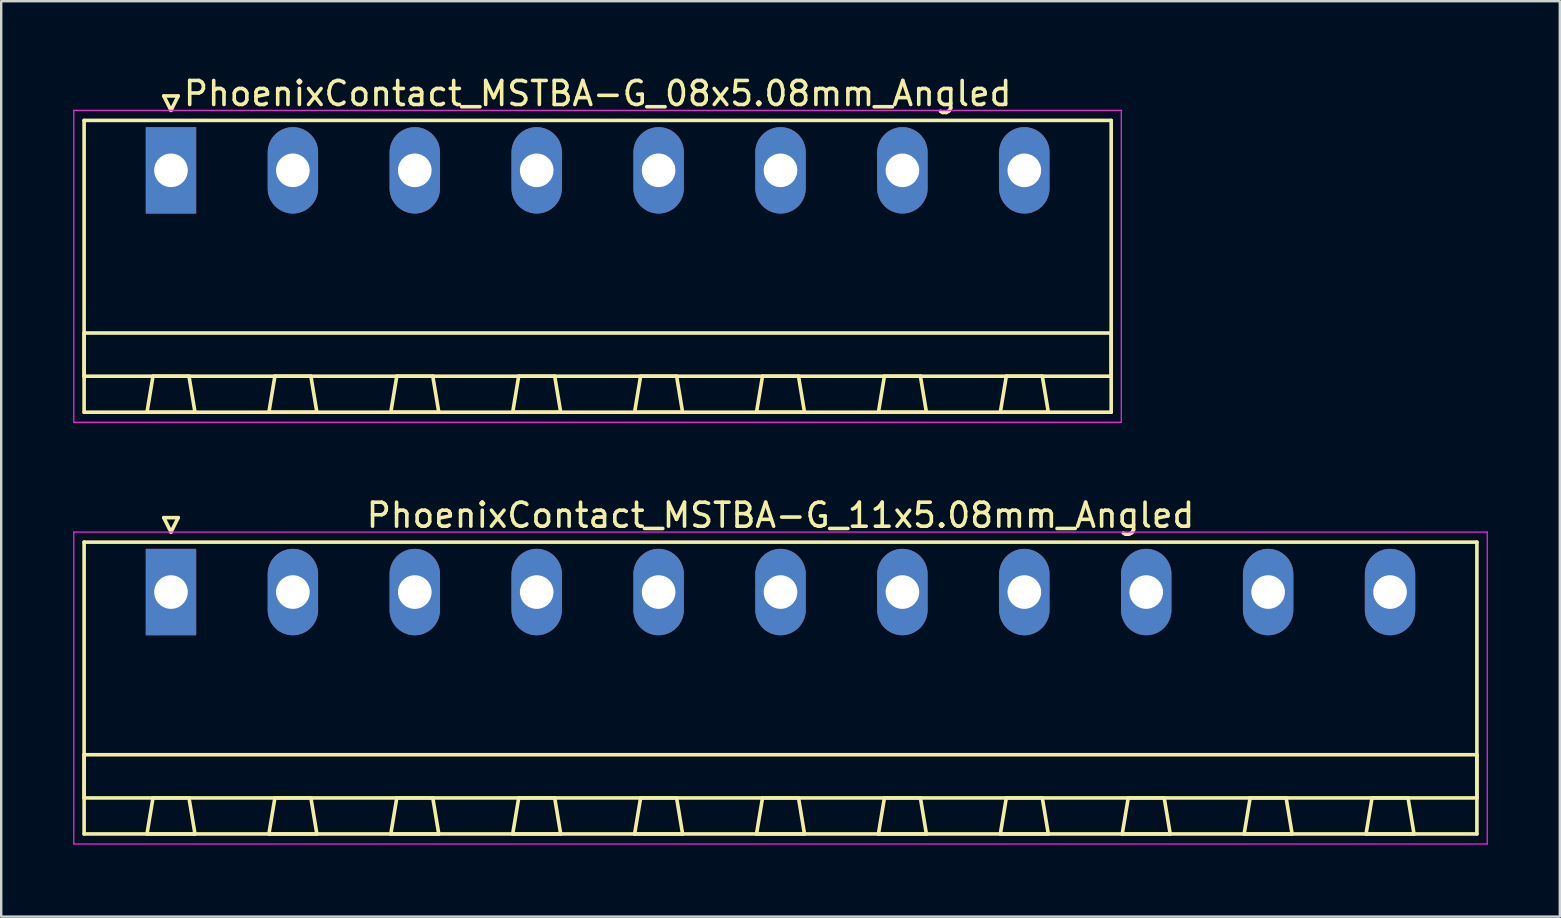
<source format=kicad_pcb>
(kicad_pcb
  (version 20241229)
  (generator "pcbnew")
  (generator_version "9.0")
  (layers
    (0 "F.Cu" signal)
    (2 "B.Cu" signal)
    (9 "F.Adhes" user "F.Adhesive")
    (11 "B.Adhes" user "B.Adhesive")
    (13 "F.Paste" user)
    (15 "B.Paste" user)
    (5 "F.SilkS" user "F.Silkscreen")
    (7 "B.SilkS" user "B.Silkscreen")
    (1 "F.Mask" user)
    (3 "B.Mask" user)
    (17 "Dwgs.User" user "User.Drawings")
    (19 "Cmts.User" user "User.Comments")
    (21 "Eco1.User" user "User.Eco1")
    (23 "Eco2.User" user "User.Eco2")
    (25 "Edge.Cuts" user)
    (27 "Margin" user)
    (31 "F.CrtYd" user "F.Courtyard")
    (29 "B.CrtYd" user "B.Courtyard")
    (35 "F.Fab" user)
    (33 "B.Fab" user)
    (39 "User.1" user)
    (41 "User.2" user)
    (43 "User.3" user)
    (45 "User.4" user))
  (footprint "PhoenixContact_MSTBA-G_08x5.08mm_Angled"
    (layer "F.Cu")
    (at 4.075 4.048)
    (property "Reference" "PhoenixContact_MSTBA-G_08x5.08mm_Angled" (at 17.78 -3.2 0) (layer "F.SilkS") (effects (font (size 1 1) (thickness 0.15))))
    (attr through_hole)
    (fp_line (start -3.62 -2.08) (end -3.62 10.08) (stroke (width 0.15) (type solid)) (layer "F.SilkS"))
    (fp_line (start -3.62 6.78) (end 39.18 6.78) (stroke (width 0.15) (type solid)) (layer "F.SilkS"))
    (fp_line (start -3.62 8.58) (end -3.62 6.78) (stroke (width 0.15) (type solid)) (layer "F.SilkS"))
    (fp_line (start -3.62 10.08) (end 39.18 10.08) (stroke (width 0.15) (type solid)) (layer "F.SilkS"))
    (fp_line (start -1 10.08) (end 1 10.08) (stroke (width 0.15) (type solid)) (layer "F.SilkS"))
    (fp_line (start -0.75 8.58) (end -1 10.08) (stroke (width 0.15) (type solid)) (layer "F.SilkS"))
    (fp_line (start -0.3 -3.1) (end 0 -2.5) (stroke (width 0.15) (type solid)) (layer "F.SilkS"))
    (fp_line (start 0 -2.5) (end 0.3 -3.1) (stroke (width 0.15) (type solid)) (layer "F.SilkS"))
    (fp_line (start 0.3 -3.1) (end -0.3 -3.1) (stroke (width 0.15) (type solid)) (layer "F.SilkS"))
    (fp_line (start 0.75 8.58) (end -0.75 8.58) (stroke (width 0.15) (type solid)) (layer "F.SilkS"))
    (fp_line (start 1 10.08) (end 0.75 8.58) (stroke (width 0.15) (type solid)) (layer "F.SilkS"))
    (fp_line (start 4.08 10.08) (end 6.08 10.08) (stroke (width 0.15) (type solid)) (layer "F.SilkS"))
    (fp_line (start 4.33 8.58) (end 4.08 10.08) (stroke (width 0.15) (type solid)) (layer "F.SilkS"))
    (fp_line (start 5.83 8.58) (end 4.33 8.58) (stroke (width 0.15) (type solid)) (layer "F.SilkS"))
    (fp_line (start 6.08 10.08) (end 5.83 8.58) (stroke (width 0.15) (type solid)) (layer "F.SilkS"))
    (fp_line (start 9.16 10.08) (end 11.16 10.08) (stroke (width 0.15) (type solid)) (layer "F.SilkS"))
    (fp_line (start 9.41 8.58) (end 9.16 10.08) (stroke (width 0.15) (type solid)) (layer "F.SilkS"))
    (fp_line (start 10.91 8.58) (end 9.41 8.58) (stroke (width 0.15) (type solid)) (layer "F.SilkS"))
    (fp_line (start 11.16 10.08) (end 10.91 8.58) (stroke (width 0.15) (type solid)) (layer "F.SilkS"))
    (fp_line (start 14.24 10.08) (end 16.24 10.08) (stroke (width 0.15) (type solid)) (layer "F.SilkS"))
    (fp_line (start 14.49 8.58) (end 14.24 10.08) (stroke (width 0.15) (type solid)) (layer "F.SilkS"))
    (fp_line (start 15.99 8.58) (end 14.49 8.58) (stroke (width 0.15) (type solid)) (layer "F.SilkS"))
    (fp_line (start 16.24 10.08) (end 15.99 8.58) (stroke (width 0.15) (type solid)) (layer "F.SilkS"))
    (fp_line (start 19.32 10.08) (end 21.32 10.08) (stroke (width 0.15) (type solid)) (layer "F.SilkS"))
    (fp_line (start 19.57 8.58) (end 19.32 10.08) (stroke (width 0.15) (type solid)) (layer "F.SilkS"))
    (fp_line (start 21.07 8.58) (end 19.57 8.58) (stroke (width 0.15) (type solid)) (layer "F.SilkS"))
    (fp_line (start 21.32 10.08) (end 21.07 8.58) (stroke (width 0.15) (type solid)) (layer "F.SilkS"))
    (fp_line (start 24.4 10.08) (end 26.4 10.08) (stroke (width 0.15) (type solid)) (layer "F.SilkS"))
    (fp_line (start 24.65 8.58) (end 24.4 10.08) (stroke (width 0.15) (type solid)) (layer "F.SilkS"))
    (fp_line (start 26.15 8.58) (end 24.65 8.58) (stroke (width 0.15) (type solid)) (layer "F.SilkS"))
    (fp_line (start 26.4 10.08) (end 26.15 8.58) (stroke (width 0.15) (type solid)) (layer "F.SilkS"))
    (fp_line (start 29.48 10.08) (end 31.48 10.08) (stroke (width 0.15) (type solid)) (layer "F.SilkS"))
    (fp_line (start 29.73 8.58) (end 29.48 10.08) (stroke (width 0.15) (type solid)) (layer "F.SilkS"))
    (fp_line (start 31.23 8.58) (end 29.73 8.58) (stroke (width 0.15) (type solid)) (layer "F.SilkS"))
    (fp_line (start 31.48 10.08) (end 31.23 8.58) (stroke (width 0.15) (type solid)) (layer "F.SilkS"))
    (fp_line (start 34.56 10.08) (end 36.56 10.08) (stroke (width 0.15) (type solid)) (layer "F.SilkS"))
    (fp_line (start 34.81 8.58) (end 34.56 10.08) (stroke (width 0.15) (type solid)) (layer "F.SilkS"))
    (fp_line (start 36.31 8.58) (end 34.81 8.58) (stroke (width 0.15) (type solid)) (layer "F.SilkS"))
    (fp_line (start 36.56 10.08) (end 36.31 8.58) (stroke (width 0.15) (type solid)) (layer "F.SilkS"))
    (fp_line (start 39.18 -2.08) (end -3.62 -2.08) (stroke (width 0.15) (type solid)) (layer "F.SilkS"))
    (fp_line (start 39.18 6.78) (end 39.18 8.58) (stroke (width 0.15) (type solid)) (layer "F.SilkS"))
    (fp_line (start 39.18 8.58) (end -3.62 8.58) (stroke (width 0.15) (type solid)) (layer "F.SilkS"))
    (fp_line (start 39.18 10.08) (end 39.18 -2.08) (stroke (width 0.15) (type solid)) (layer "F.SilkS"))
    (fp_line (start -4.05 -2.5) (end -4.05 10.5) (stroke (width 0.05) (type solid)) (layer "F.CrtYd"))
    (fp_line (start -4.05 10.5) (end 39.6 10.5) (stroke (width 0.05) (type solid)) (layer "F.CrtYd"))
    (fp_line (start 39.6 -2.5) (end -4.05 -2.5) (stroke (width 0.05) (type solid)) (layer "F.CrtYd"))
    (fp_line (start 39.6 10.5) (end 39.6 -2.5) (stroke (width 0.05) (type solid)) (layer "F.CrtYd"))
    (pad "1" thru_hole rect (at 0 0) (size 2.1 3.6) (drill 1.4) (layers "*.Cu" "*.Mask"))
    (pad "2" thru_hole oval (at 5.08 0) (size 2.1 3.6) (drill 1.4) (layers "*.Cu" "*.Mask"))
    (pad "3" thru_hole oval (at 10.16 0) (size 2.1 3.6) (drill 1.4) (layers "*.Cu" "*.Mask"))
    (pad "4" thru_hole oval (at 15.24 0) (size 2.1 3.6) (drill 1.4) (layers "*.Cu" "*.Mask"))
    (pad "5" thru_hole oval (at 20.32 0) (size 2.1 3.6) (drill 1.4) (layers "*.Cu" "*.Mask"))
    (pad "6" thru_hole oval (at 25.4 0) (size 2.1 3.6) (drill 1.4) (layers "*.Cu" "*.Mask"))
    (pad "7" thru_hole oval (at 30.48 0) (size 2.1 3.6) (drill 1.4) (layers "*.Cu" "*.Mask"))
    (pad "8" thru_hole oval (at 35.56 0) (size 2.1 3.6) (drill 1.4) (layers "*.Cu" "*.Mask")))
  (footprint "PhoenixContact_MSTBA-G_11x5.08mm_Angled"
    (layer "F.Cu")
    (at 4.075 21.622)
    (property "Reference" "PhoenixContact_MSTBA-G_11x5.08mm_Angled" (at 25.4 -3.2 0) (layer "F.SilkS") (effects (font (size 1 1) (thickness 0.15))))
    (attr through_hole)
    (fp_line (start -3.62 -2.08) (end -3.62 10.08) (stroke (width 0.15) (type solid)) (layer "F.SilkS"))
    (fp_line (start -3.62 6.78) (end 54.42 6.78) (stroke (width 0.15) (type solid)) (layer "F.SilkS"))
    (fp_line (start -3.62 8.58) (end -3.62 6.78) (stroke (width 0.15) (type solid)) (layer "F.SilkS"))
    (fp_line (start -3.62 10.08) (end 54.42 10.08) (stroke (width 0.15) (type solid)) (layer "F.SilkS"))
    (fp_line (start -1 10.08) (end 1 10.08) (stroke (width 0.15) (type solid)) (layer "F.SilkS"))
    (fp_line (start -0.75 8.58) (end -1 10.08) (stroke (width 0.15) (type solid)) (layer "F.SilkS"))
    (fp_line (start -0.3 -3.1) (end 0 -2.5) (stroke (width 0.15) (type solid)) (layer "F.SilkS"))
    (fp_line (start 0 -2.5) (end 0.3 -3.1) (stroke (width 0.15) (type solid)) (layer "F.SilkS"))
    (fp_line (start 0.3 -3.1) (end -0.3 -3.1) (stroke (width 0.15) (type solid)) (layer "F.SilkS"))
    (fp_line (start 0.75 8.58) (end -0.75 8.58) (stroke (width 0.15) (type solid)) (layer "F.SilkS"))
    (fp_line (start 1 10.08) (end 0.75 8.58) (stroke (width 0.15) (type solid)) (layer "F.SilkS"))
    (fp_line (start 4.08 10.08) (end 6.08 10.08) (stroke (width 0.15) (type solid)) (layer "F.SilkS"))
    (fp_line (start 4.33 8.58) (end 4.08 10.08) (stroke (width 0.15) (type solid)) (layer "F.SilkS"))
    (fp_line (start 5.83 8.58) (end 4.33 8.58) (stroke (width 0.15) (type solid)) (layer "F.SilkS"))
    (fp_line (start 6.08 10.08) (end 5.83 8.58) (stroke (width 0.15) (type solid)) (layer "F.SilkS"))
    (fp_line (start 9.16 10.08) (end 11.16 10.08) (stroke (width 0.15) (type solid)) (layer "F.SilkS"))
    (fp_line (start 9.41 8.58) (end 9.16 10.08) (stroke (width 0.15) (type solid)) (layer "F.SilkS"))
    (fp_line (start 10.91 8.58) (end 9.41 8.58) (stroke (width 0.15) (type solid)) (layer "F.SilkS"))
    (fp_line (start 11.16 10.08) (end 10.91 8.58) (stroke (width 0.15) (type solid)) (layer "F.SilkS"))
    (fp_line (start 14.24 10.08) (end 16.24 10.08) (stroke (width 0.15) (type solid)) (layer "F.SilkS"))
    (fp_line (start 14.49 8.58) (end 14.24 10.08) (stroke (width 0.15) (type solid)) (layer "F.SilkS"))
    (fp_line (start 15.99 8.58) (end 14.49 8.58) (stroke (width 0.15) (type solid)) (layer "F.SilkS"))
    (fp_line (start 16.24 10.08) (end 15.99 8.58) (stroke (width 0.15) (type solid)) (layer "F.SilkS"))
    (fp_line (start 19.32 10.08) (end 21.32 10.08) (stroke (width 0.15) (type solid)) (layer "F.SilkS"))
    (fp_line (start 19.57 8.58) (end 19.32 10.08) (stroke (width 0.15) (type solid)) (layer "F.SilkS"))
    (fp_line (start 21.07 8.58) (end 19.57 8.58) (stroke (width 0.15) (type solid)) (layer "F.SilkS"))
    (fp_line (start 21.32 10.08) (end 21.07 8.58) (stroke (width 0.15) (type solid)) (layer "F.SilkS"))
    (fp_line (start 24.4 10.08) (end 26.4 10.08) (stroke (width 0.15) (type solid)) (layer "F.SilkS"))
    (fp_line (start 24.65 8.58) (end 24.4 10.08) (stroke (width 0.15) (type solid)) (layer "F.SilkS"))
    (fp_line (start 26.15 8.58) (end 24.65 8.58) (stroke (width 0.15) (type solid)) (layer "F.SilkS"))
    (fp_line (start 26.4 10.08) (end 26.15 8.58) (stroke (width 0.15) (type solid)) (layer "F.SilkS"))
    (fp_line (start 29.48 10.08) (end 31.48 10.08) (stroke (width 0.15) (type solid)) (layer "F.SilkS"))
    (fp_line (start 29.73 8.58) (end 29.48 10.08) (stroke (width 0.15) (type solid)) (layer "F.SilkS"))
    (fp_line (start 31.23 8.58) (end 29.73 8.58) (stroke (width 0.15) (type solid)) (layer "F.SilkS"))
    (fp_line (start 31.48 10.08) (end 31.23 8.58) (stroke (width 0.15) (type solid)) (layer "F.SilkS"))
    (fp_line (start 34.56 10.08) (end 36.56 10.08) (stroke (width 0.15) (type solid)) (layer "F.SilkS"))
    (fp_line (start 34.81 8.58) (end 34.56 10.08) (stroke (width 0.15) (type solid)) (layer "F.SilkS"))
    (fp_line (start 36.31 8.58) (end 34.81 8.58) (stroke (width 0.15) (type solid)) (layer "F.SilkS"))
    (fp_line (start 36.56 10.08) (end 36.31 8.58) (stroke (width 0.15) (type solid)) (layer "F.SilkS"))
    (fp_line (start 39.64 10.08) (end 41.64 10.08) (stroke (width 0.15) (type solid)) (layer "F.SilkS"))
    (fp_line (start 39.89 8.58) (end 39.64 10.08) (stroke (width 0.15) (type solid)) (layer "F.SilkS"))
    (fp_line (start 41.39 8.58) (end 39.89 8.58) (stroke (width 0.15) (type solid)) (layer "F.SilkS"))
    (fp_line (start 41.64 10.08) (end 41.39 8.58) (stroke (width 0.15) (type solid)) (layer "F.SilkS"))
    (fp_line (start 44.72 10.08) (end 46.72 10.08) (stroke (width 0.15) (type solid)) (layer "F.SilkS"))
    (fp_line (start 44.97 8.58) (end 44.72 10.08) (stroke (width 0.15) (type solid)) (layer "F.SilkS"))
    (fp_line (start 46.47 8.58) (end 44.97 8.58) (stroke (width 0.15) (type solid)) (layer "F.SilkS"))
    (fp_line (start 46.72 10.08) (end 46.47 8.58) (stroke (width 0.15) (type solid)) (layer "F.SilkS"))
    (fp_line (start 49.8 10.08) (end 51.8 10.08) (stroke (width 0.15) (type solid)) (layer "F.SilkS"))
    (fp_line (start 50.05 8.58) (end 49.8 10.08) (stroke (width 0.15) (type solid)) (layer "F.SilkS"))
    (fp_line (start 51.55 8.58) (end 50.05 8.58) (stroke (width 0.15) (type solid)) (layer "F.SilkS"))
    (fp_line (start 51.8 10.08) (end 51.55 8.58) (stroke (width 0.15) (type solid)) (layer "F.SilkS"))
    (fp_line (start 54.42 -2.08) (end -3.62 -2.08) (stroke (width 0.15) (type solid)) (layer "F.SilkS"))
    (fp_line (start 54.42 6.78) (end 54.42 8.58) (stroke (width 0.15) (type solid)) (layer "F.SilkS"))
    (fp_line (start 54.42 8.58) (end -3.62 8.58) (stroke (width 0.15) (type solid)) (layer "F.SilkS"))
    (fp_line (start 54.42 10.08) (end 54.42 -2.08) (stroke (width 0.15) (type solid)) (layer "F.SilkS"))
    (fp_line (start -4.05 -2.5) (end -4.05 10.5) (stroke (width 0.05) (type solid)) (layer "F.CrtYd"))
    (fp_line (start -4.05 10.5) (end 54.85 10.5) (stroke (width 0.05) (type solid)) (layer "F.CrtYd"))
    (fp_line (start 54.85 -2.5) (end -4.05 -2.5) (stroke (width 0.05) (type solid)) (layer "F.CrtYd"))
    (fp_line (start 54.85 10.5) (end 54.85 -2.5) (stroke (width 0.05) (type solid)) (layer "F.CrtYd"))
    (pad "1" thru_hole rect (at 0 0) (size 2.1 3.6) (drill 1.4) (layers "*.Cu" "*.Mask"))
    (pad "2" thru_hole oval (at 5.08 0) (size 2.1 3.6) (drill 1.4) (layers "*.Cu" "*.Mask"))
    (pad "3" thru_hole oval (at 10.16 0) (size 2.1 3.6) (drill 1.4) (layers "*.Cu" "*.Mask"))
    (pad "4" thru_hole oval (at 15.24 0) (size 2.1 3.6) (drill 1.4) (layers "*.Cu" "*.Mask"))
    (pad "5" thru_hole oval (at 20.32 0) (size 2.1 3.6) (drill 1.4) (layers "*.Cu" "*.Mask"))
    (pad "6" thru_hole oval (at 25.4 0) (size 2.1 3.6) (drill 1.4) (layers "*.Cu" "*.Mask"))
    (pad "7" thru_hole oval (at 30.48 0) (size 2.1 3.6) (drill 1.4) (layers "*.Cu" "*.Mask"))
    (pad "8" thru_hole oval (at 35.56 0) (size 2.1 3.6) (drill 1.4) (layers "*.Cu" "*.Mask"))
    (pad "9" thru_hole oval (at 40.64 0) (size 2.1 3.6) (drill 1.4) (layers "*.Cu" "*.Mask"))
    (pad "10" thru_hole oval (at 45.72 0) (size 2.1 3.6) (drill 1.4) (layers "*.Cu" "*.Mask"))
    (pad "11" thru_hole oval (at 50.8 0) (size 2.1 3.6) (drill 1.4) (layers "*.Cu" "*.Mask")))
  (gr_rect
    (start -3 -3)
    (end 61.95 35.147)
    (stroke (width 0.1) (type default))
    (fill no)
    (layer "Edge.Cuts")))
</source>
